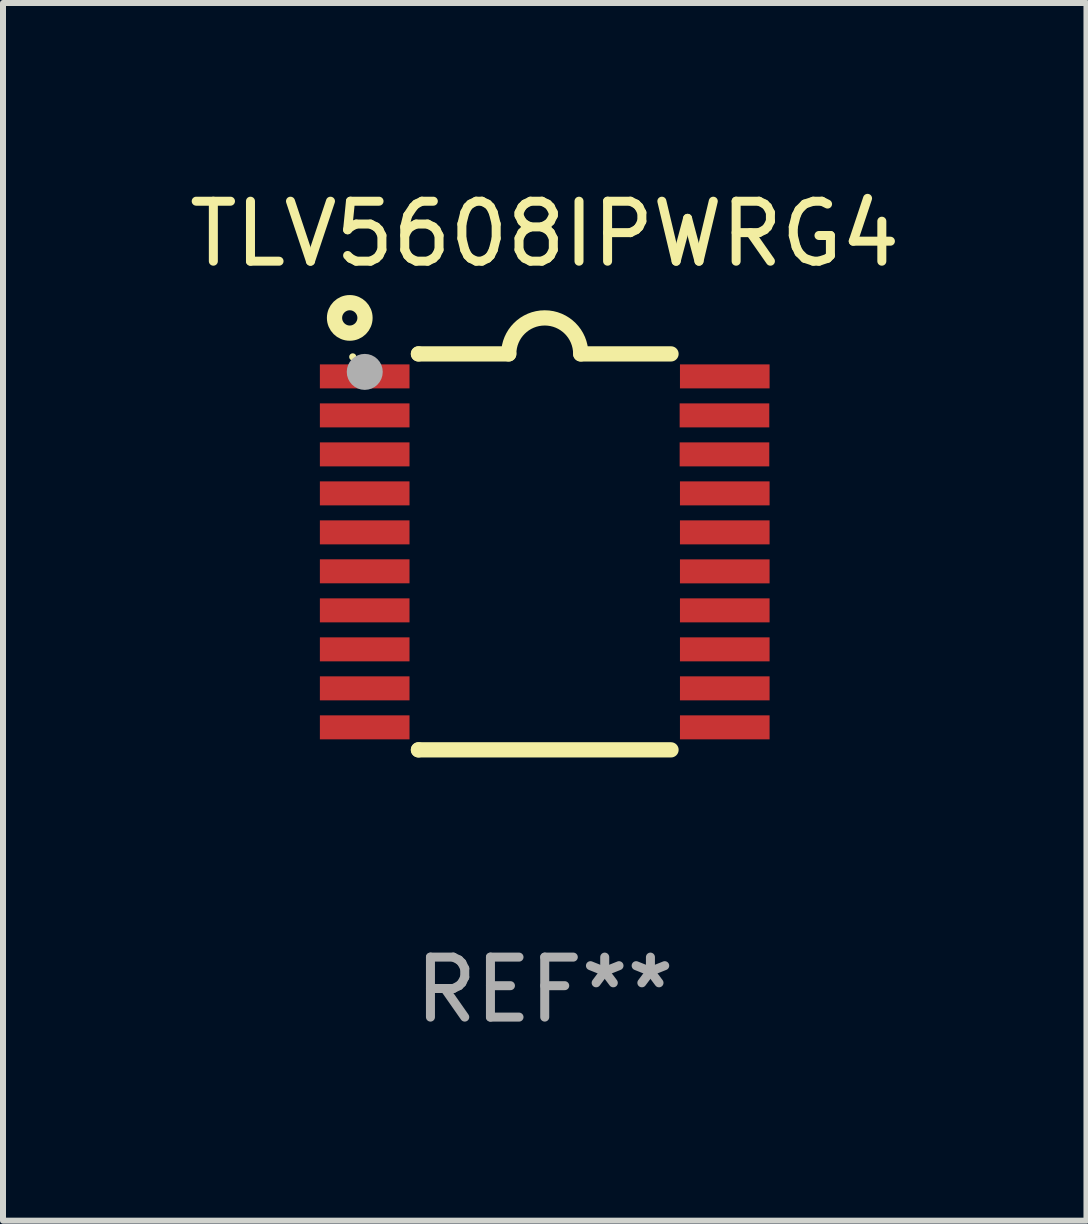
<source format=kicad_pcb>
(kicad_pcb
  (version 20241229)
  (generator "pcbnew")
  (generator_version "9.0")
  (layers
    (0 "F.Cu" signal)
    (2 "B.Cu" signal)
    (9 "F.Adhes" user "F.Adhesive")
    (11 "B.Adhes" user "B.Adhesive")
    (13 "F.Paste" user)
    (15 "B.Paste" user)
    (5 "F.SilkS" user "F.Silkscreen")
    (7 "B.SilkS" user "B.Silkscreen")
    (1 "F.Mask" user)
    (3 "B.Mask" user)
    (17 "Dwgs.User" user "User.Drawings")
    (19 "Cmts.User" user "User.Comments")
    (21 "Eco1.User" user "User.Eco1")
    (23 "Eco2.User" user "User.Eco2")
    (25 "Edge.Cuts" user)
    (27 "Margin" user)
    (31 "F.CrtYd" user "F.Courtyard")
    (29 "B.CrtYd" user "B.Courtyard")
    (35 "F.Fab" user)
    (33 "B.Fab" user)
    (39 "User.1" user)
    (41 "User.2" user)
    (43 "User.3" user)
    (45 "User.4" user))
  (footprint "TLV5608IPWRG4"
    (layer "F.Cu")
    (at 6.03 6.149)
    (property "Reference" "TLV5608IPWRG4" (at 0 -5.3 0) (layer "F.SilkS") (effects (font (size 1 1) (thickness 0.15))))
    (attr through_hole)
    (fp_line (start -2.105 -3.3) (end -2.105 -3.3) (stroke (width 0.254) (type solid)) (layer "F.SilkS"))
    (fp_line (start -2.105 -3.3) (end -0.6 -3.3) (stroke (width 0.254) (type solid)) (layer "F.SilkS"))
    (fp_line (start -2.105 3.3) (end -2.105 3.3) (stroke (width 0.254) (type solid)) (layer "F.SilkS"))
    (fp_line (start 0.6 -3.3) (end 2.105 -3.3) (stroke (width 0.254) (type solid)) (layer "F.SilkS"))
    (fp_line (start 2.105 3.3) (end -2.105 3.3) (stroke (width 0.254) (type solid)) (layer "F.SilkS"))
    (fp_arc (start -0.599924 -3.300026) (mid 0.000114 -3.897415) (end 0.600152 -3.300025) (stroke (width 0.254001) (type solid)) (layer "F.SilkS"))
    (fp_circle (center -3.25 -3.9) (end -2.996 -3.9) (stroke (width 0.254) (type solid)) (fill no) (layer "F.SilkS"))
    (fp_circle (center -3.2 -3.25) (end -3.17 -3.25) (stroke (width 0.06) (type solid)) (fill no) (layer "F.SilkS"))
    (fp_circle (center -3 -3) (end -2.85 -3) (stroke (width 0.3) (type solid)) (fill no) (layer "F.Fab"))
    (fp_text user "REF**" (at 0 7.3 0) (layer "F.Fab") (effects (font (size 1 1) (thickness 0.15))))
    (pad "1" smd rect (at -3.001 -2.925 270) (size 0.4 1.494) (layers "F.Cu" "F.Mask" "F.Paste"))
    (pad "2" smd rect (at -3.001 -2.275 270) (size 0.4 1.494) (layers "F.Cu" "F.Mask" "F.Paste"))
    (pad "3" smd rect (at -3.001 -1.625 270) (size 0.4 1.494) (layers "F.Cu" "F.Mask" "F.Paste"))
    (pad "4" smd rect (at -3.001 -0.975 270) (size 0.4 1.494) (layers "F.Cu" "F.Mask" "F.Paste"))
    (pad "5" smd rect (at -3.001 -0.325 270) (size 0.4 1.494) (layers "F.Cu" "F.Mask" "F.Paste"))
    (pad "6" smd rect (at -3.001 0.324 270) (size 0.4 1.494) (layers "F.Cu" "F.Mask" "F.Paste"))
    (pad "7" smd rect (at -3.001 0.975 270) (size 0.4 1.494) (layers "F.Cu" "F.Mask" "F.Paste"))
    (pad "8" smd rect (at -3.001 1.625 270) (size 0.4 1.494) (layers "F.Cu" "F.Mask" "F.Paste"))
    (pad "9" smd rect (at -3.001 2.275 270) (size 0.4 1.494) (layers "F.Cu" "F.Mask" "F.Paste"))
    (pad "10" smd rect (at -3.001 2.925 270) (size 0.4 1.494) (layers "F.Cu" "F.Mask" "F.Paste"))
    (pad "11" smd rect (at 3.001 2.925 270) (size 0.4 1.494) (layers "F.Cu" "F.Mask" "F.Paste"))
    (pad "12" smd rect (at 3.001 2.275 270) (size 0.4 1.494) (layers "F.Cu" "F.Mask" "F.Paste"))
    (pad "13" smd rect (at 3.001 1.625 270) (size 0.4 1.494) (layers "F.Cu" "F.Mask" "F.Paste"))
    (pad "14" smd rect (at 3.001 0.975 270) (size 0.4 1.494) (layers "F.Cu" "F.Mask" "F.Paste"))
    (pad "15" smd rect (at 3.001 0.325 270) (size 0.4 1.494) (layers "F.Cu" "F.Mask" "F.Paste"))
    (pad "16" smd rect (at 3.001 -0.325 270) (size 0.4 1.494) (layers "F.Cu" "F.Mask" "F.Paste"))
    (pad "17" smd rect (at 3.001 -0.975 270) (size 0.4 1.494) (layers "F.Cu" "F.Mask" "F.Paste"))
    (pad "18" smd rect (at 2.996 -1.625 270) (size 0.4 1.494) (layers "F.Cu" "F.Mask" "F.Paste"))
    (pad "19" smd rect (at 2.996 -2.275 270) (size 0.4 1.494) (layers "F.Cu" "F.Mask" "F.Paste"))
    (pad "20" smd rect (at 3.001 -2.925 270) (size 0.4 1.494) (layers "F.Cu" "F.Mask" "F.Paste")))
  (gr_rect
    (start -3 -3)
    (end 15.06 17.297)
    (stroke (width 0.1) (type default))
    (fill no)
    (layer "Edge.Cuts")))
</source>
